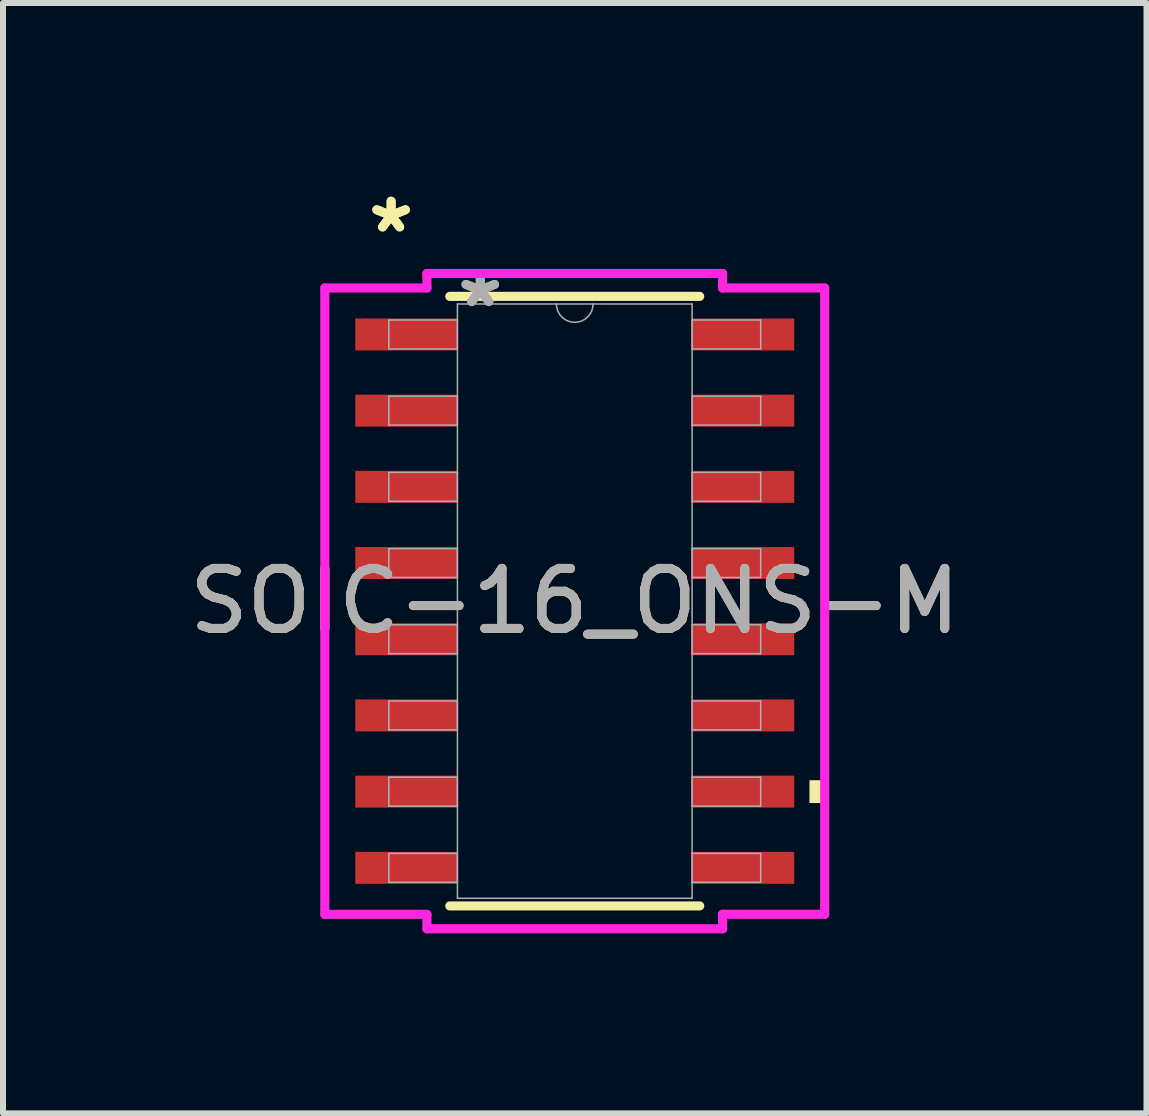
<source format=kicad_pcb>
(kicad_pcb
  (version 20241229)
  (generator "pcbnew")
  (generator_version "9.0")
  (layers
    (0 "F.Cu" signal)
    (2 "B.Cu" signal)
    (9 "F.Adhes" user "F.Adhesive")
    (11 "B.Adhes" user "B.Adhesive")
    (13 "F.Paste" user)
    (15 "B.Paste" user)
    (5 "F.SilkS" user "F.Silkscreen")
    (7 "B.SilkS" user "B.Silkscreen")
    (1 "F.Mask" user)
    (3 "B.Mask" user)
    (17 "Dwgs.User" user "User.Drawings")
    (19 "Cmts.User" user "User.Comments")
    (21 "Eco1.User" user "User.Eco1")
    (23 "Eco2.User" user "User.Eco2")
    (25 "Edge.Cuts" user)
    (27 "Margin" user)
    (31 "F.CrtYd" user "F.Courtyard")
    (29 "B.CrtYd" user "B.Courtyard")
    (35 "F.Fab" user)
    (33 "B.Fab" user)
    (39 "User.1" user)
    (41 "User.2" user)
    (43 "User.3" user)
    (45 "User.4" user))
  (footprint "SOIC-16_ONS-M"
    (layer "F.Cu")
    (at 6.53 6.97)
    (property "Reference" "SOIC-16_ONS-M" (at 0 0 0) (unlocked yes) (layer "F.SilkS") (effects (font (size 1 1) (thickness 0.15))))
    (attr smd)
    (fp_line (start -2.083 5.08) (end 2.083 5.08) (stroke (width 0.152) (type solid)) (layer "F.SilkS"))
    (fp_line (start 2.083 -5.08) (end -2.083 -5.08) (stroke (width 0.152) (type solid)) (layer "F.SilkS"))
    (fp_poly (pts (xy 4.166 2.985) (xy 4.166 3.365) (xy 3.912 3.365) (xy 3.912 2.985)) (stroke (width 0) (type solid)) (fill yes) (layer "F.SilkS"))
    (fp_line (start -4.166 -5.22) (end -2.464 -5.22) (stroke (width 0.152) (type solid)) (layer "F.CrtYd"))
    (fp_line (start -4.166 5.22) (end -4.166 -5.22) (stroke (width 0.152) (type solid)) (layer "F.CrtYd"))
    (fp_line (start -4.166 5.22) (end -2.464 5.22) (stroke (width 0.152) (type solid)) (layer "F.CrtYd"))
    (fp_line (start -2.464 -5.461) (end 2.464 -5.461) (stroke (width 0.152) (type solid)) (layer "F.CrtYd"))
    (fp_line (start -2.464 -5.22) (end -2.464 -5.461) (stroke (width 0.152) (type solid)) (layer "F.CrtYd"))
    (fp_line (start -2.464 5.461) (end -2.464 5.22) (stroke (width 0.152) (type solid)) (layer "F.CrtYd"))
    (fp_line (start 2.464 -5.461) (end 2.464 -5.22) (stroke (width 0.152) (type solid)) (layer "F.CrtYd"))
    (fp_line (start 2.464 5.22) (end 2.464 5.461) (stroke (width 0.152) (type solid)) (layer "F.CrtYd"))
    (fp_line (start 2.464 5.461) (end -2.464 5.461) (stroke (width 0.152) (type solid)) (layer "F.CrtYd"))
    (fp_line (start 4.166 -5.22) (end 2.464 -5.22) (stroke (width 0.152) (type solid)) (layer "F.CrtYd"))
    (fp_line (start 4.166 -5.22) (end 4.166 5.22) (stroke (width 0.152) (type solid)) (layer "F.CrtYd"))
    (fp_line (start 4.166 5.22) (end 2.464 5.22) (stroke (width 0.152) (type solid)) (layer "F.CrtYd"))
    (fp_line (start -3.099 -4.686) (end -3.099 -4.204) (stroke (width 0.025) (type solid)) (layer "F.Fab"))
    (fp_line (start -3.099 -4.204) (end -1.956 -4.204) (stroke (width 0.025) (type solid)) (layer "F.Fab"))
    (fp_line (start -3.099 -3.416) (end -3.099 -2.934) (stroke (width 0.025) (type solid)) (layer "F.Fab"))
    (fp_line (start -3.099 -2.934) (end -1.956 -2.934) (stroke (width 0.025) (type solid)) (layer "F.Fab"))
    (fp_line (start -3.099 -2.146) (end -3.099 -1.664) (stroke (width 0.025) (type solid)) (layer "F.Fab"))
    (fp_line (start -3.099 -1.664) (end -1.956 -1.664) (stroke (width 0.025) (type solid)) (layer "F.Fab"))
    (fp_line (start -3.099 -0.876) (end -3.099 -0.394) (stroke (width 0.025) (type solid)) (layer "F.Fab"))
    (fp_line (start -3.099 -0.394) (end -1.956 -0.394) (stroke (width 0.025) (type solid)) (layer "F.Fab"))
    (fp_line (start -3.099 0.394) (end -3.099 0.876) (stroke (width 0.025) (type solid)) (layer "F.Fab"))
    (fp_line (start -3.099 0.876) (end -1.956 0.876) (stroke (width 0.025) (type solid)) (layer "F.Fab"))
    (fp_line (start -3.099 1.664) (end -3.099 2.146) (stroke (width 0.025) (type solid)) (layer "F.Fab"))
    (fp_line (start -3.099 2.146) (end -1.956 2.146) (stroke (width 0.025) (type solid)) (layer "F.Fab"))
    (fp_line (start -3.099 2.934) (end -3.099 3.416) (stroke (width 0.025) (type solid)) (layer "F.Fab"))
    (fp_line (start -3.099 3.416) (end -1.956 3.416) (stroke (width 0.025) (type solid)) (layer "F.Fab"))
    (fp_line (start -3.099 4.204) (end -3.099 4.686) (stroke (width 0.025) (type solid)) (layer "F.Fab"))
    (fp_line (start -3.099 4.686) (end -1.956 4.686) (stroke (width 0.025) (type solid)) (layer "F.Fab"))
    (fp_line (start -1.956 -4.953) (end -1.956 4.953) (stroke (width 0.025) (type solid)) (layer "F.Fab"))
    (fp_line (start -1.956 -4.686) (end -3.099 -4.686) (stroke (width 0.025) (type solid)) (layer "F.Fab"))
    (fp_line (start -1.956 -4.204) (end -1.956 -4.686) (stroke (width 0.025) (type solid)) (layer "F.Fab"))
    (fp_line (start -1.956 -3.416) (end -3.099 -3.416) (stroke (width 0.025) (type solid)) (layer "F.Fab"))
    (fp_line (start -1.956 -2.934) (end -1.956 -3.416) (stroke (width 0.025) (type solid)) (layer "F.Fab"))
    (fp_line (start -1.956 -2.146) (end -3.099 -2.146) (stroke (width 0.025) (type solid)) (layer "F.Fab"))
    (fp_line (start -1.956 -1.664) (end -1.956 -2.146) (stroke (width 0.025) (type solid)) (layer "F.Fab"))
    (fp_line (start -1.956 -0.876) (end -3.099 -0.876) (stroke (width 0.025) (type solid)) (layer "F.Fab"))
    (fp_line (start -1.956 -0.394) (end -1.956 -0.876) (stroke (width 0.025) (type solid)) (layer "F.Fab"))
    (fp_line (start -1.956 0.394) (end -3.099 0.394) (stroke (width 0.025) (type solid)) (layer "F.Fab"))
    (fp_line (start -1.956 0.876) (end -1.956 0.394) (stroke (width 0.025) (type solid)) (layer "F.Fab"))
    (fp_line (start -1.956 1.664) (end -3.099 1.664) (stroke (width 0.025) (type solid)) (layer "F.Fab"))
    (fp_line (start -1.956 2.146) (end -1.956 1.664) (stroke (width 0.025) (type solid)) (layer "F.Fab"))
    (fp_line (start -1.956 2.934) (end -3.099 2.934) (stroke (width 0.025) (type solid)) (layer "F.Fab"))
    (fp_line (start -1.956 3.416) (end -1.956 2.934) (stroke (width 0.025) (type solid)) (layer "F.Fab"))
    (fp_line (start -1.956 4.204) (end -3.099 4.204) (stroke (width 0.025) (type solid)) (layer "F.Fab"))
    (fp_line (start -1.956 4.686) (end -1.956 4.204) (stroke (width 0.025) (type solid)) (layer "F.Fab"))
    (fp_line (start -1.956 4.953) (end 1.956 4.953) (stroke (width 0.025) (type solid)) (layer "F.Fab"))
    (fp_line (start 1.956 -4.953) (end -1.956 -4.953) (stroke (width 0.025) (type solid)) (layer "F.Fab"))
    (fp_line (start 1.956 -4.686) (end 1.956 -4.204) (stroke (width 0.025) (type solid)) (layer "F.Fab"))
    (fp_line (start 1.956 -4.204) (end 3.099 -4.204) (stroke (width 0.025) (type solid)) (layer "F.Fab"))
    (fp_line (start 1.956 -3.416) (end 1.956 -2.934) (stroke (width 0.025) (type solid)) (layer "F.Fab"))
    (fp_line (start 1.956 -2.934) (end 3.099 -2.934) (stroke (width 0.025) (type solid)) (layer "F.Fab"))
    (fp_line (start 1.956 -2.146) (end 1.956 -1.664) (stroke (width 0.025) (type solid)) (layer "F.Fab"))
    (fp_line (start 1.956 -1.664) (end 3.099 -1.664) (stroke (width 0.025) (type solid)) (layer "F.Fab"))
    (fp_line (start 1.956 -0.876) (end 1.956 -0.394) (stroke (width 0.025) (type solid)) (layer "F.Fab"))
    (fp_line (start 1.956 -0.394) (end 3.099 -0.394) (stroke (width 0.025) (type solid)) (layer "F.Fab"))
    (fp_line (start 1.956 0.394) (end 1.956 0.876) (stroke (width 0.025) (type solid)) (layer "F.Fab"))
    (fp_line (start 1.956 0.876) (end 3.099 0.876) (stroke (width 0.025) (type solid)) (layer "F.Fab"))
    (fp_line (start 1.956 1.664) (end 1.956 2.146) (stroke (width 0.025) (type solid)) (layer "F.Fab"))
    (fp_line (start 1.956 2.146) (end 3.099 2.146) (stroke (width 0.025) (type solid)) (layer "F.Fab"))
    (fp_line (start 1.956 2.934) (end 1.956 3.416) (stroke (width 0.025) (type solid)) (layer "F.Fab"))
    (fp_line (start 1.956 3.416) (end 3.099 3.416) (stroke (width 0.025) (type solid)) (layer "F.Fab"))
    (fp_line (start 1.956 4.204) (end 1.956 4.686) (stroke (width 0.025) (type solid)) (layer "F.Fab"))
    (fp_line (start 1.956 4.686) (end 3.099 4.686) (stroke (width 0.025) (type solid)) (layer "F.Fab"))
    (fp_line (start 1.956 4.953) (end 1.956 -4.953) (stroke (width 0.025) (type solid)) (layer "F.Fab"))
    (fp_line (start 3.099 -4.686) (end 1.956 -4.686) (stroke (width 0.025) (type solid)) (layer "F.Fab"))
    (fp_line (start 3.099 -4.204) (end 3.099 -4.686) (stroke (width 0.025) (type solid)) (layer "F.Fab"))
    (fp_line (start 3.099 -3.416) (end 1.956 -3.416) (stroke (width 0.025) (type solid)) (layer "F.Fab"))
    (fp_line (start 3.099 -2.934) (end 3.099 -3.416) (stroke (width 0.025) (type solid)) (layer "F.Fab"))
    (fp_line (start 3.099 -2.146) (end 1.956 -2.146) (stroke (width 0.025) (type solid)) (layer "F.Fab"))
    (fp_line (start 3.099 -1.664) (end 3.099 -2.146) (stroke (width 0.025) (type solid)) (layer "F.Fab"))
    (fp_line (start 3.099 -0.876) (end 1.956 -0.876) (stroke (width 0.025) (type solid)) (layer "F.Fab"))
    (fp_line (start 3.099 -0.394) (end 3.099 -0.876) (stroke (width 0.025) (type solid)) (layer "F.Fab"))
    (fp_line (start 3.099 0.394) (end 1.956 0.394) (stroke (width 0.025) (type solid)) (layer "F.Fab"))
    (fp_line (start 3.099 0.876) (end 3.099 0.394) (stroke (width 0.025) (type solid)) (layer "F.Fab"))
    (fp_line (start 3.099 1.664) (end 1.956 1.664) (stroke (width 0.025) (type solid)) (layer "F.Fab"))
    (fp_line (start 3.099 2.146) (end 3.099 1.664) (stroke (width 0.025) (type solid)) (layer "F.Fab"))
    (fp_line (start 3.099 2.934) (end 1.956 2.934) (stroke (width 0.025) (type solid)) (layer "F.Fab"))
    (fp_line (start 3.099 3.416) (end 3.099 2.934) (stroke (width 0.025) (type solid)) (layer "F.Fab"))
    (fp_line (start 3.099 4.204) (end 1.956 4.204) (stroke (width 0.025) (type solid)) (layer "F.Fab"))
    (fp_line (start 3.099 4.686) (end 3.099 4.204) (stroke (width 0.025) (type solid)) (layer "F.Fab"))
    (fp_arc (start 0.3048 -4.953) (mid 0 -4.6482) (end -0.3048 -4.953) (stroke (width 0.0254) (type solid)) (layer "F.Fab"))
    (fp_text user "*" (at -3.061 -6.121 0) (layer "F.SilkS") (effects (font (size 1 1) (thickness 0.15))))
    (fp_text user "*" (at -3.061 -6.121 0) (unlocked yes) (layer "F.SilkS") (effects (font (size 1 1) (thickness 0.15))))
    (fp_text user "*" (at -1.575 -4.877 0) (unlocked yes) (layer "F.Fab") (effects (font (size 1 1) (thickness 0.15))))
    (fp_text user "*" (at -1.575 -4.877 0) (layer "F.Fab") (effects (font (size 1 1) (thickness 0.15))))
    (fp_text user "${REFERENCE}" (at 0 0 0) (unlocked yes) (layer "F.Fab") (effects (font (size 1 1) (thickness 0.15))))
    (pad "1" smd rect (at -2.807 -4.445) (size 1.702 0.533) (layers "F.Cu" "F.Mask" "F.Paste"))
    (pad "2" smd rect (at -2.807 -3.175) (size 1.702 0.533) (layers "F.Cu" "F.Mask" "F.Paste"))
    (pad "3" smd rect (at -2.807 -1.905) (size 1.702 0.533) (layers "F.Cu" "F.Mask" "F.Paste"))
    (pad "4" smd rect (at -2.807 -0.635) (size 1.702 0.533) (layers "F.Cu" "F.Mask" "F.Paste"))
    (pad "5" smd rect (at -2.807 0.635) (size 1.702 0.533) (layers "F.Cu" "F.Mask" "F.Paste"))
    (pad "6" smd rect (at -2.807 1.905) (size 1.702 0.533) (layers "F.Cu" "F.Mask" "F.Paste"))
    (pad "7" smd rect (at -2.807 3.175) (size 1.702 0.533) (layers "F.Cu" "F.Mask" "F.Paste"))
    (pad "8" smd rect (at -2.807 4.445) (size 1.702 0.533) (layers "F.Cu" "F.Mask" "F.Paste"))
    (pad "9" smd rect (at 2.807 4.445) (size 1.702 0.533) (layers "F.Cu" "F.Mask" "F.Paste"))
    (pad "10" smd rect (at 2.807 3.175) (size 1.702 0.533) (layers "F.Cu" "F.Mask" "F.Paste"))
    (pad "11" smd rect (at 2.807 1.905) (size 1.702 0.533) (layers "F.Cu" "F.Mask" "F.Paste"))
    (pad "12" smd rect (at 2.807 0.635) (size 1.702 0.533) (layers "F.Cu" "F.Mask" "F.Paste"))
    (pad "13" smd rect (at 2.807 -0.635) (size 1.702 0.533) (layers "F.Cu" "F.Mask" "F.Paste"))
    (pad "14" smd rect (at 2.807 -1.905) (size 1.702 0.533) (layers "F.Cu" "F.Mask" "F.Paste"))
    (pad "15" smd rect (at 2.807 -3.175) (size 1.702 0.533) (layers "F.Cu" "F.Mask" "F.Paste"))
    (pad "16" smd rect (at 2.807 -4.445) (size 1.702 0.533) (layers "F.Cu" "F.Mask" "F.Paste")))
  (gr_rect
    (start -3 -3)
    (end 16.06 15.507)
    (stroke (width 0.1) (type default))
    (fill no)
    (layer "Edge.Cuts")))
</source>
